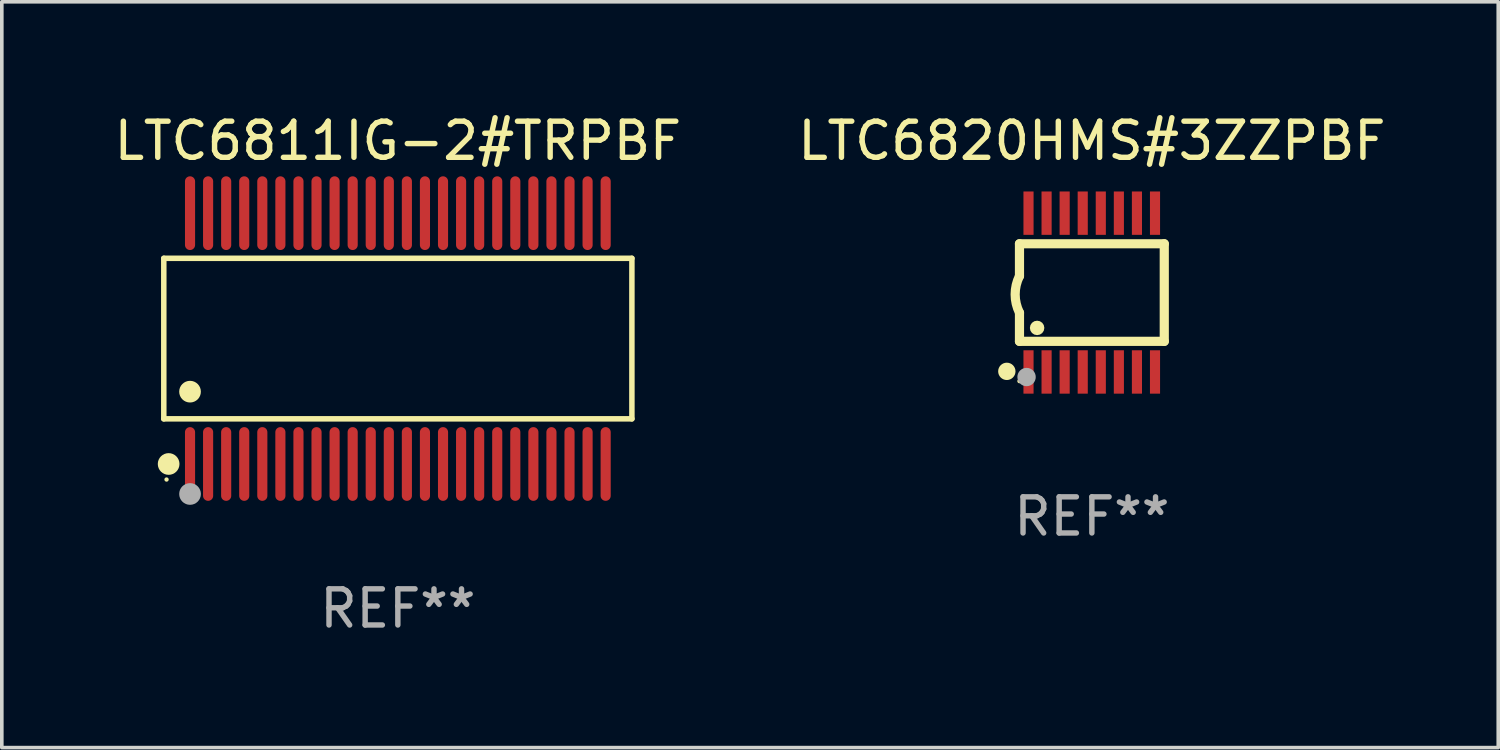
<source format=kicad_pcb>
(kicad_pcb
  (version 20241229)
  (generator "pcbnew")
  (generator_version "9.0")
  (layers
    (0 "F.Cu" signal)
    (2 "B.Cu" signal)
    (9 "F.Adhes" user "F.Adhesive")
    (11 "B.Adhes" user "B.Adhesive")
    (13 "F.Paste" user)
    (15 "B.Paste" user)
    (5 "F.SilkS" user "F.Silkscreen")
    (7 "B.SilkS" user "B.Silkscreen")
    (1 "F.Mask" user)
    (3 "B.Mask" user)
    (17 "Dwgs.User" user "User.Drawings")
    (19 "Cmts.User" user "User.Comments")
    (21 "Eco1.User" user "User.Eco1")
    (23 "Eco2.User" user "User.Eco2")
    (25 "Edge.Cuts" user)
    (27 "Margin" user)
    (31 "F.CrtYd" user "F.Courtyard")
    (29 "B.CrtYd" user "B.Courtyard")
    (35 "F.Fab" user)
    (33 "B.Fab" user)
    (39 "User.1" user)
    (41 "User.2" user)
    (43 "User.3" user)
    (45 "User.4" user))
  (footprint "LTC6811IG-2#TRPBF"
    (layer "F.Cu")
    (at 7.958 6.318)
    (property "Reference" "LTC6811IG-2#TRPBF" (at 0 -5.47 0) (layer "F.SilkS") (effects (font (size 1 1) (thickness 0.15))))
    (attr through_hole)
    (fp_line (start -6.476 -2.221) (end 6.476 -2.221) (stroke (width 0.152) (type solid)) (layer "F.SilkS"))
    (fp_line (start -6.476 2.221) (end -6.476 -2.221) (stroke (width 0.152) (type solid)) (layer "F.SilkS"))
    (fp_line (start 6.476 -2.221) (end 6.476 2.221) (stroke (width 0.152) (type solid)) (layer "F.SilkS"))
    (fp_line (start 6.476 2.221) (end -6.476 2.221) (stroke (width 0.152) (type solid)) (layer "F.SilkS"))
    (fp_circle (center -6.4 3.9) (end -6.37 3.9) (stroke (width 0.06) (type solid)) (fill no) (layer "F.SilkS"))
    (fp_circle (center -6.342 3.47) (end -6.192 3.47) (stroke (width 0.3) (type solid)) (fill no) (layer "F.SilkS"))
    (fp_circle (center -5.75 1.469) (end -5.6 1.469) (stroke (width 0.3) (type solid)) (fill no) (layer "F.SilkS"))
    (fp_circle (center -5.75 4.3) (end -5.6 4.3) (stroke (width 0.3) (type solid)) (fill no) (layer "F.Fab"))
    (fp_text user "REF**" (at 0 7.47 0) (layer "F.Fab") (effects (font (size 1 1) (thickness 0.15))))
    (pad "1" smd oval (at -5.75 3.47) (size 0.28 2.04) (layers "F.Cu" "F.Mask" "F.Paste"))
    (pad "2" smd oval (at -5.25 3.47) (size 0.28 2.04) (layers "F.Cu" "F.Mask" "F.Paste"))
    (pad "3" smd oval (at -4.75 3.47) (size 0.28 2.04) (layers "F.Cu" "F.Mask" "F.Paste"))
    (pad "4" smd oval (at -4.25 3.47) (size 0.28 2.04) (layers "F.Cu" "F.Mask" "F.Paste"))
    (pad "5" smd oval (at -3.75 3.47) (size 0.28 2.04) (layers "F.Cu" "F.Mask" "F.Paste"))
    (pad "6" smd oval (at -3.25 3.47) (size 0.28 2.04) (layers "F.Cu" "F.Mask" "F.Paste"))
    (pad "7" smd oval (at -2.75 3.47) (size 0.28 2.04) (layers "F.Cu" "F.Mask" "F.Paste"))
    (pad "8" smd oval (at -2.25 3.47) (size 0.28 2.04) (layers "F.Cu" "F.Mask" "F.Paste"))
    (pad "9" smd oval (at -1.75 3.47) (size 0.28 2.04) (layers "F.Cu" "F.Mask" "F.Paste"))
    (pad "10" smd oval (at -1.25 3.47) (size 0.28 2.04) (layers "F.Cu" "F.Mask" "F.Paste"))
    (pad "11" smd oval (at -0.75 3.47) (size 0.28 2.04) (layers "F.Cu" "F.Mask" "F.Paste"))
    (pad "12" smd oval (at -0.25 3.47) (size 0.28 2.04) (layers "F.Cu" "F.Mask" "F.Paste"))
    (pad "13" smd oval (at 0.25 3.47) (size 0.28 2.04) (layers "F.Cu" "F.Mask" "F.Paste"))
    (pad "14" smd oval (at 0.75 3.47) (size 0.28 2.04) (layers "F.Cu" "F.Mask" "F.Paste"))
    (pad "15" smd oval (at 1.25 3.47) (size 0.28 2.04) (layers "F.Cu" "F.Mask" "F.Paste"))
    (pad "16" smd oval (at 1.75 3.47) (size 0.28 2.04) (layers "F.Cu" "F.Mask" "F.Paste"))
    (pad "17" smd oval (at 2.25 3.47) (size 0.28 2.04) (layers "F.Cu" "F.Mask" "F.Paste"))
    (pad "18" smd oval (at 2.75 3.47) (size 0.28 2.04) (layers "F.Cu" "F.Mask" "F.Paste"))
    (pad "19" smd oval (at 3.25 3.47) (size 0.28 2.04) (layers "F.Cu" "F.Mask" "F.Paste"))
    (pad "20" smd oval (at 3.75 3.47) (size 0.28 2.04) (layers "F.Cu" "F.Mask" "F.Paste"))
    (pad "21" smd oval (at 4.25 3.47) (size 0.28 2.04) (layers "F.Cu" "F.Mask" "F.Paste"))
    (pad "22" smd oval (at 4.75 3.47) (size 0.28 2.04) (layers "F.Cu" "F.Mask" "F.Paste"))
    (pad "23" smd oval (at 5.25 3.47) (size 0.28 2.04) (layers "F.Cu" "F.Mask" "F.Paste"))
    (pad "24" smd oval (at 5.75 3.47) (size 0.28 2.04) (layers "F.Cu" "F.Mask" "F.Paste"))
    (pad "25" smd oval (at 5.75 -3.47) (size 0.28 2.04) (layers "F.Cu" "F.Mask" "F.Paste"))
    (pad "26" smd oval (at 5.25 -3.47) (size 0.28 2.04) (layers "F.Cu" "F.Mask" "F.Paste"))
    (pad "27" smd oval (at 4.75 -3.47) (size 0.28 2.04) (layers "F.Cu" "F.Mask" "F.Paste"))
    (pad "28" smd oval (at 4.25 -3.47) (size 0.28 2.04) (layers "F.Cu" "F.Mask" "F.Paste"))
    (pad "29" smd oval (at 3.75 -3.47) (size 0.28 2.04) (layers "F.Cu" "F.Mask" "F.Paste"))
    (pad "30" smd oval (at 3.25 -3.47) (size 0.28 2.04) (layers "F.Cu" "F.Mask" "F.Paste"))
    (pad "31" smd oval (at 2.75 -3.47) (size 0.28 2.04) (layers "F.Cu" "F.Mask" "F.Paste"))
    (pad "32" smd oval (at 2.25 -3.47) (size 0.28 2.04) (layers "F.Cu" "F.Mask" "F.Paste"))
    (pad "33" smd oval (at 1.75 -3.47) (size 0.28 2.04) (layers "F.Cu" "F.Mask" "F.Paste"))
    (pad "34" smd oval (at 1.25 -3.47) (size 0.28 2.04) (layers "F.Cu" "F.Mask" "F.Paste"))
    (pad "35" smd oval (at 0.75 -3.47) (size 0.28 2.04) (layers "F.Cu" "F.Mask" "F.Paste"))
    (pad "36" smd oval (at 0.25 -3.47) (size 0.28 2.04) (layers "F.Cu" "F.Mask" "F.Paste"))
    (pad "37" smd oval (at -0.25 -3.47) (size 0.28 2.04) (layers "F.Cu" "F.Mask" "F.Paste"))
    (pad "38" smd oval (at -0.75 -3.47) (size 0.28 2.04) (layers "F.Cu" "F.Mask" "F.Paste"))
    (pad "39" smd oval (at -1.25 -3.47) (size 0.28 2.04) (layers "F.Cu" "F.Mask" "F.Paste"))
    (pad "40" smd oval (at -1.75 -3.47) (size 0.28 2.04) (layers "F.Cu" "F.Mask" "F.Paste"))
    (pad "41" smd oval (at -2.25 -3.47) (size 0.28 2.04) (layers "F.Cu" "F.Mask" "F.Paste"))
    (pad "42" smd oval (at -2.75 -3.47) (size 0.28 2.04) (layers "F.Cu" "F.Mask" "F.Paste"))
    (pad "43" smd oval (at -3.25 -3.47) (size 0.28 2.04) (layers "F.Cu" "F.Mask" "F.Paste"))
    (pad "44" smd oval (at -3.75 -3.47) (size 0.28 2.04) (layers "F.Cu" "F.Mask" "F.Paste"))
    (pad "45" smd oval (at -4.25 -3.47) (size 0.28 2.04) (layers "F.Cu" "F.Mask" "F.Paste"))
    (pad "46" smd oval (at -4.75 -3.47) (size 0.28 2.04) (layers "F.Cu" "F.Mask" "F.Paste"))
    (pad "47" smd oval (at -5.25 -3.47) (size 0.28 2.04) (layers "F.Cu" "F.Mask" "F.Paste"))
    (pad "48" smd oval (at -5.75 -3.47) (size 0.28 2.04) (layers "F.Cu" "F.Mask" "F.Paste")))
  (footprint "LTC6820HMS#3ZZPBF"
    (layer "F.Cu")
    (at 27.161 5.045)
    (property "Reference" "LTC6820HMS#3ZZPBF" (at 0 -4.197 0) (layer "F.SilkS") (effects (font (size 1 1) (thickness 0.15))))
    (attr through_hole)
    (fp_line (start -2.003 -1.35) (end -2.003 -0.457) (stroke (width 0.254) (type solid)) (layer "F.SilkS"))
    (fp_line (start -2.003 -1.35) (end 2.003 -1.35) (stroke (width 0.254) (type solid)) (layer "F.SilkS"))
    (fp_line (start -2.003 1.35) (end -2.003 0.559) (stroke (width 0.254) (type solid)) (layer "F.SilkS"))
    (fp_line (start -2.003 1.35) (end 2.003 1.35) (stroke (width 0.254) (type solid)) (layer "F.SilkS"))
    (fp_line (start 2.003 -1.35) (end 2.003 1.35) (stroke (width 0.254) (type solid)) (layer "F.SilkS"))
    (fp_arc (start -2.002286 0.558802) (mid -2.122556 0.05092) (end -2.003302 -0.457201) (stroke (width 0.254001) (type solid)) (layer "F.SilkS"))
    (fp_circle (center -2.353 2.18) (end -2.233 2.18) (stroke (width 0.24) (type solid)) (fill no) (layer "F.SilkS"))
    (fp_circle (center -2.003 2.45) (end -1.973 2.45) (stroke (width 0.06) (type solid)) (fill no) (layer "F.SilkS"))
    (fp_circle (center -1.515 0.978) (end -1.415 0.978) (stroke (width 0.2) (type solid)) (fill no) (layer "F.SilkS"))
    (fp_circle (center -1.807 2.337) (end -1.68 2.337) (stroke (width 0.254) (type solid)) (fill no) (layer "F.Fab"))
    (fp_text user "REF**" (at 0 6.197 0) (layer "F.Fab") (effects (font (size 1 1) (thickness 0.15))))
    (pad "1" smd rect (at -1.753 2.197 90) (size 1.2 0.28) (layers "F.Cu" "F.Mask" "F.Paste"))
    (pad "2" smd rect (at -1.253 2.197 90) (size 1.2 0.28) (layers "F.Cu" "F.Mask" "F.Paste"))
    (pad "3" smd rect (at -0.753 2.197 90) (size 1.2 0.28) (layers "F.Cu" "F.Mask" "F.Paste"))
    (pad "4" smd rect (at -0.253 2.197 90) (size 1.2 0.28) (layers "F.Cu" "F.Mask" "F.Paste"))
    (pad "5" smd rect (at 0.247 2.197 90) (size 1.2 0.28) (layers "F.Cu" "F.Mask" "F.Paste"))
    (pad "6" smd rect (at 0.747 2.197 90) (size 1.2 0.28) (layers "F.Cu" "F.Mask" "F.Paste"))
    (pad "7" smd rect (at 1.247 2.197 90) (size 1.2 0.28) (layers "F.Cu" "F.Mask" "F.Paste"))
    (pad "8" smd rect (at 1.747 2.197 90) (size 1.2 0.28) (layers "F.Cu" "F.Mask" "F.Paste"))
    (pad "9" smd rect (at 1.747 -2.197 90) (size 1.2 0.28) (layers "F.Cu" "F.Mask" "F.Paste"))
    (pad "10" smd rect (at 1.247 -2.197 90) (size 1.2 0.28) (layers "F.Cu" "F.Mask" "F.Paste"))
    (pad "11" smd rect (at 0.747 -2.197 90) (size 1.2 0.28) (layers "F.Cu" "F.Mask" "F.Paste"))
    (pad "12" smd rect (at 0.247 -2.197 90) (size 1.2 0.28) (layers "F.Cu" "F.Mask" "F.Paste"))
    (pad "13" smd rect (at -0.253 -2.197 90) (size 1.2 0.28) (layers "F.Cu" "F.Mask" "F.Paste"))
    (pad "14" smd rect (at -0.753 -2.197 90) (size 1.2 0.28) (layers "F.Cu" "F.Mask" "F.Paste"))
    (pad "15" smd rect (at -1.253 -2.197 90) (size 1.2 0.28) (layers "F.Cu" "F.Mask" "F.Paste"))
    (pad "16" smd rect (at -1.753 -2.197 90) (size 1.2 0.28) (layers "F.Cu" "F.Mask" "F.Paste")))
  (gr_rect
    (start -3 -3)
    (end 38.405 17.636)
    (stroke (width 0.1) (type default))
    (fill no)
    (layer "Edge.Cuts")))
</source>
